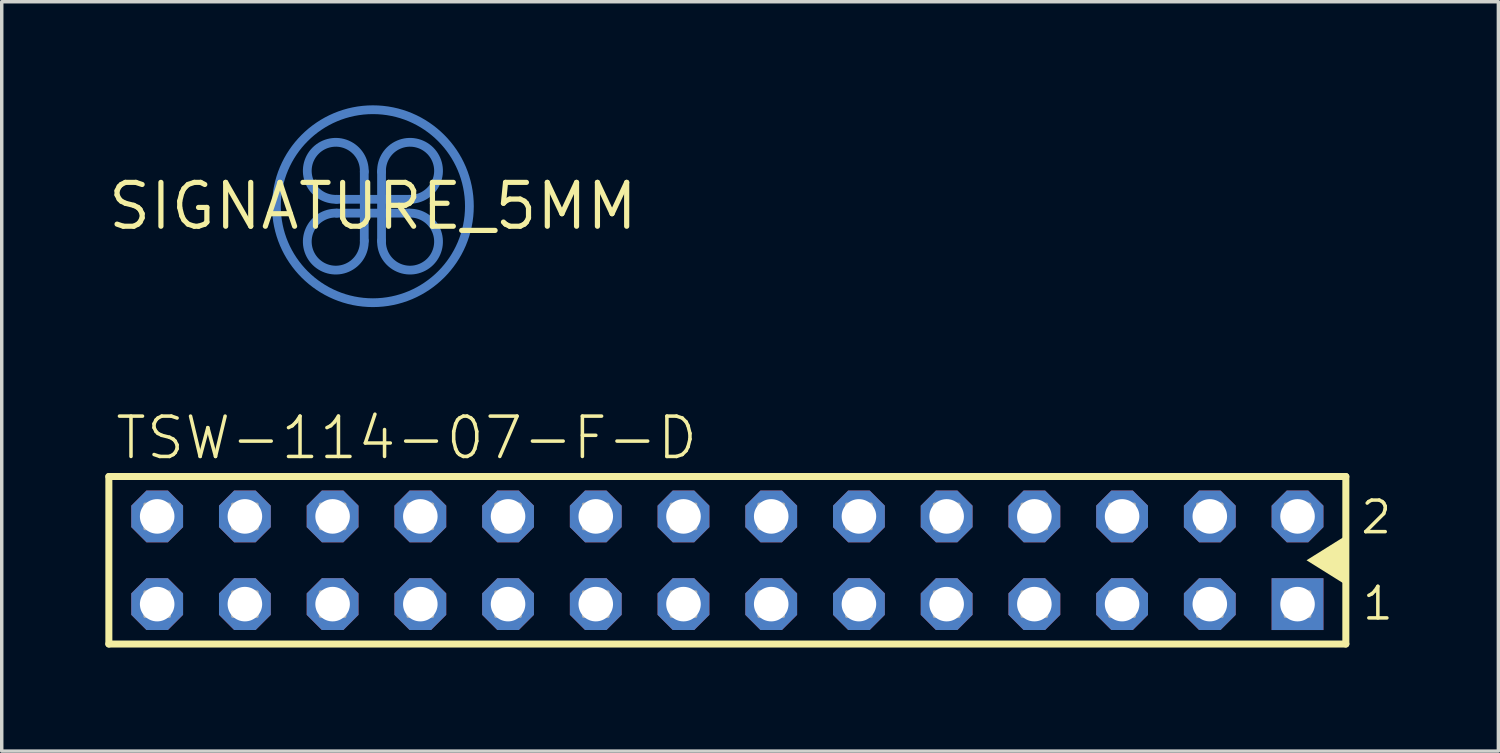
<source format=kicad_pcb>
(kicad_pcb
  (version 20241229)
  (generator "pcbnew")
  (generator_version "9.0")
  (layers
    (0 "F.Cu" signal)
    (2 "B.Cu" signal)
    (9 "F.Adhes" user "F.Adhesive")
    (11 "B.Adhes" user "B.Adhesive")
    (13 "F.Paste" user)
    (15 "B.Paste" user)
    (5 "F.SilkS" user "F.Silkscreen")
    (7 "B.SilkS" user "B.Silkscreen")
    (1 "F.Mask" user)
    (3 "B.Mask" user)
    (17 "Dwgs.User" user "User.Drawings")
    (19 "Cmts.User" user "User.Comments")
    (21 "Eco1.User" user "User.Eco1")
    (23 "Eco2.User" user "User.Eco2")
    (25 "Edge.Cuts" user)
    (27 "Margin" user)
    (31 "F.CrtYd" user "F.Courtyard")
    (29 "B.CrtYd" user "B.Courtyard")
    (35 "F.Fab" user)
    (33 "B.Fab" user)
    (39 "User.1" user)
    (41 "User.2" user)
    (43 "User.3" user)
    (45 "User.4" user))
  (footprint "SIGNATURE_5MM"
    (layer "F.Cu")
    (at 7.748 2.921)
    (property "Reference" "SIGNATURE_5MM" (at 0 0 0) (layer "F.SilkS") (effects (font (size 1.27 1.27) (thickness 0.15))))
    (fp_line (start -1.05 -0.2) (end 1.05 -0.2) (stroke (width 0.254) (type solid)) (layer "B.Cu"))
    (fp_line (start -1.05 0.2) (end 1.05 0.2) (stroke (width 0.254) (type solid)) (layer "B.Cu"))
    (fp_line (start -0.25 -1) (end -0.25 1) (stroke (width 0.254) (type solid)) (layer "B.Cu"))
    (fp_line (start 0.25 -1) (end 0.25 1) (stroke (width 0.254) (type solid)) (layer "B.Cu"))
    (fp_arc (start -1.05 -0.2) (mid -1.658623 -1.608625) (end -0.25 -0.999998) (stroke (width 0.254) (type solid)) (layer "B.Cu"))
    (fp_arc (start -0.25 1) (mid -1.658625 1.608623) (end -1.049998 0.2) (stroke (width 0.254) (type solid)) (layer "B.Cu"))
    (fp_arc (start 0.25 -1) (mid 1.658625 -1.608623) (end 1.049998 -0.2) (stroke (width 0.254) (type solid)) (layer "B.Cu"))
    (fp_arc (start 1.05 0.2) (mid 1.658623 1.608625) (end 0.25 0.999998) (stroke (width 0.254) (type solid)) (layer "B.Cu"))
    (fp_circle (center 0 0) (end 2.794 0) (stroke (width 0.254) (type solid)) (fill no) (layer "B.Cu")))
  (footprint "TSW-114-07-F-D"
    (layer "F.Cu")
    (at 1.501 14.443)
    (property "Reference" "TSW-114-07-F-D" (at -1.27 -4.128 0) (layer "F.SilkS") (effects (font (size 1.168 1.168) (thickness 0.102)) (justify left bottom)))
    (fp_line (start -1.399 -3.695) (end 34.419 -3.695) (stroke (width 0.203) (type solid)) (layer "F.SilkS"))
    (fp_line (start -1.399 1.155) (end -1.399 -3.695) (stroke (width 0.203) (type solid)) (layer "F.SilkS"))
    (fp_line (start 34.419 -3.695) (end 34.419 1.155) (stroke (width 0.203) (type solid)) (layer "F.SilkS"))
    (fp_line (start 34.419 1.155) (end -1.399 1.155) (stroke (width 0.203) (type solid)) (layer "F.SilkS"))
    (fp_poly (pts (xy 34.48 -0.52) (xy 33.281 -1.27) (xy 34.48 -2.02)) (stroke (width 0) (type solid)) (fill yes) (layer "F.SilkS"))
    (fp_poly (pts (xy -0.35 -2.19) (xy 0.35 -2.19) (xy 0.35 -2.89) (xy -0.35 -2.89)) (stroke (width 0.1) (type solid)) (fill no) (layer "F.Fab"))
    (fp_poly (pts (xy -0.35 0.35) (xy 0.35 0.35) (xy 0.35 -0.35) (xy -0.35 -0.35)) (stroke (width 0.1) (type solid)) (fill no) (layer "F.Fab"))
    (fp_poly (pts (xy 2.19 -2.19) (xy 2.89 -2.19) (xy 2.89 -2.89) (xy 2.19 -2.89)) (stroke (width 0.1) (type solid)) (fill no) (layer "F.Fab"))
    (fp_poly (pts (xy 2.19 0.35) (xy 2.89 0.35) (xy 2.89 -0.35) (xy 2.19 -0.35)) (stroke (width 0.1) (type solid)) (fill no) (layer "F.Fab"))
    (fp_poly (pts (xy 4.73 -2.19) (xy 5.43 -2.19) (xy 5.43 -2.89) (xy 4.73 -2.89)) (stroke (width 0.1) (type solid)) (fill no) (layer "F.Fab"))
    (fp_poly (pts (xy 4.73 0.35) (xy 5.43 0.35) (xy 5.43 -0.35) (xy 4.73 -0.35)) (stroke (width 0.1) (type solid)) (fill no) (layer "F.Fab"))
    (fp_poly (pts (xy 7.27 -2.19) (xy 7.97 -2.19) (xy 7.97 -2.89) (xy 7.27 -2.89)) (stroke (width 0.1) (type solid)) (fill no) (layer "F.Fab"))
    (fp_poly (pts (xy 7.27 0.35) (xy 7.97 0.35) (xy 7.97 -0.35) (xy 7.27 -0.35)) (stroke (width 0.1) (type solid)) (fill no) (layer "F.Fab"))
    (fp_poly (pts (xy 9.81 -2.19) (xy 10.51 -2.19) (xy 10.51 -2.89) (xy 9.81 -2.89)) (stroke (width 0.1) (type solid)) (fill no) (layer "F.Fab"))
    (fp_poly (pts (xy 9.81 0.35) (xy 10.51 0.35) (xy 10.51 -0.35) (xy 9.81 -0.35)) (stroke (width 0.1) (type solid)) (fill no) (layer "F.Fab"))
    (fp_poly (pts (xy 12.35 -2.19) (xy 13.05 -2.19) (xy 13.05 -2.89) (xy 12.35 -2.89)) (stroke (width 0.1) (type solid)) (fill no) (layer "F.Fab"))
    (fp_poly (pts (xy 12.35 0.35) (xy 13.05 0.35) (xy 13.05 -0.35) (xy 12.35 -0.35)) (stroke (width 0.1) (type solid)) (fill no) (layer "F.Fab"))
    (fp_poly (pts (xy 14.89 -2.19) (xy 15.59 -2.19) (xy 15.59 -2.89) (xy 14.89 -2.89)) (stroke (width 0.1) (type solid)) (fill no) (layer "F.Fab"))
    (fp_poly (pts (xy 14.89 0.35) (xy 15.59 0.35) (xy 15.59 -0.35) (xy 14.89 -0.35)) (stroke (width 0.1) (type solid)) (fill no) (layer "F.Fab"))
    (fp_poly (pts (xy 17.43 -2.19) (xy 18.13 -2.19) (xy 18.13 -2.89) (xy 17.43 -2.89)) (stroke (width 0.1) (type solid)) (fill no) (layer "F.Fab"))
    (fp_poly (pts (xy 17.43 0.35) (xy 18.13 0.35) (xy 18.13 -0.35) (xy 17.43 -0.35)) (stroke (width 0.1) (type solid)) (fill no) (layer "F.Fab"))
    (fp_poly (pts (xy 19.97 -2.19) (xy 20.67 -2.19) (xy 20.67 -2.89) (xy 19.97 -2.89)) (stroke (width 0.1) (type solid)) (fill no) (layer "F.Fab"))
    (fp_poly (pts (xy 19.97 0.35) (xy 20.67 0.35) (xy 20.67 -0.35) (xy 19.97 -0.35)) (stroke (width 0.1) (type solid)) (fill no) (layer "F.Fab"))
    (fp_poly (pts (xy 22.51 -2.19) (xy 23.21 -2.19) (xy 23.21 -2.89) (xy 22.51 -2.89)) (stroke (width 0.1) (type solid)) (fill no) (layer "F.Fab"))
    (fp_poly (pts (xy 22.51 0.35) (xy 23.21 0.35) (xy 23.21 -0.35) (xy 22.51 -0.35)) (stroke (width 0.1) (type solid)) (fill no) (layer "F.Fab"))
    (fp_poly (pts (xy 25.05 -2.19) (xy 25.75 -2.19) (xy 25.75 -2.89) (xy 25.05 -2.89)) (stroke (width 0.1) (type solid)) (fill no) (layer "F.Fab"))
    (fp_poly (pts (xy 25.05 0.35) (xy 25.75 0.35) (xy 25.75 -0.35) (xy 25.05 -0.35)) (stroke (width 0.1) (type solid)) (fill no) (layer "F.Fab"))
    (fp_poly (pts (xy 27.59 -2.19) (xy 28.29 -2.19) (xy 28.29 -2.89) (xy 27.59 -2.89)) (stroke (width 0.1) (type solid)) (fill no) (layer "F.Fab"))
    (fp_poly (pts (xy 27.59 0.35) (xy 28.29 0.35) (xy 28.29 -0.35) (xy 27.59 -0.35)) (stroke (width 0.1) (type solid)) (fill no) (layer "F.Fab"))
    (fp_poly (pts (xy 30.13 -2.19) (xy 30.83 -2.19) (xy 30.83 -2.89) (xy 30.13 -2.89)) (stroke (width 0.1) (type solid)) (fill no) (layer "F.Fab"))
    (fp_poly (pts (xy 30.13 0.35) (xy 30.83 0.35) (xy 30.83 -0.35) (xy 30.13 -0.35)) (stroke (width 0.1) (type solid)) (fill no) (layer "F.Fab"))
    (fp_poly (pts (xy 32.67 -2.19) (xy 33.37 -2.19) (xy 33.37 -2.89) (xy 32.67 -2.89)) (stroke (width 0.1) (type solid)) (fill no) (layer "F.Fab"))
    (fp_poly (pts (xy 32.67 0.35) (xy 33.37 0.35) (xy 33.37 -0.35) (xy 32.67 -0.35)) (stroke (width 0.1) (type solid)) (fill no) (layer "F.Fab"))
    (fp_text user "1" (at 34.844 0.516 0) (layer "F.SilkS") (effects (font (size 0.914 0.914) (thickness 0.102)) (justify left bottom)))
    (fp_text user "2" (at 34.796 -1.982 0) (layer "F.SilkS") (effects (font (size 0.914 0.914) (thickness 0.102)) (justify left bottom)))
    (pad "1" thru_hole rect (at 33.02 0 180) (size 1.5 1.5) (drill 1) (layers "*.Cu" "*.Mask"))
    (pad "2" thru_hole roundrect (at 33.02 -2.54 180) (size 1.5 1.5) (drill 1) (layers "*.Cu" "*.Mask") (roundrect_rratio 0.25) (chamfer_ratio 0.293) (chamfer top_left top_right bottom_left bottom_right))
    (pad "3" thru_hole roundrect (at 30.48 0 180) (size 1.5 1.5) (drill 1) (layers "*.Cu" "*.Mask") (roundrect_rratio 0.25) (chamfer_ratio 0.293) (chamfer top_left top_right bottom_left bottom_right))
    (pad "4" thru_hole roundrect (at 30.48 -2.54 180) (size 1.5 1.5) (drill 1) (layers "*.Cu" "*.Mask") (roundrect_rratio 0.25) (chamfer_ratio 0.293) (chamfer top_left top_right bottom_left bottom_right))
    (pad "5" thru_hole roundrect (at 27.94 0 180) (size 1.5 1.5) (drill 1) (layers "*.Cu" "*.Mask") (roundrect_rratio 0.25) (chamfer_ratio 0.293) (chamfer top_left top_right bottom_left bottom_right))
    (pad "6" thru_hole roundrect (at 27.94 -2.54 180) (size 1.5 1.5) (drill 1) (layers "*.Cu" "*.Mask") (roundrect_rratio 0.25) (chamfer_ratio 0.293) (chamfer top_left top_right bottom_left bottom_right))
    (pad "7" thru_hole roundrect (at 25.4 0 180) (size 1.5 1.5) (drill 1) (layers "*.Cu" "*.Mask") (roundrect_rratio 0.25) (chamfer_ratio 0.293) (chamfer top_left top_right bottom_left bottom_right))
    (pad "8" thru_hole roundrect (at 25.4 -2.54 180) (size 1.5 1.5) (drill 1) (layers "*.Cu" "*.Mask") (roundrect_rratio 0.25) (chamfer_ratio 0.293) (chamfer top_left top_right bottom_left bottom_right))
    (pad "9" thru_hole roundrect (at 22.86 0 180) (size 1.5 1.5) (drill 1) (layers "*.Cu" "*.Mask") (roundrect_rratio 0.25) (chamfer_ratio 0.293) (chamfer top_left top_right bottom_left bottom_right))
    (pad "10" thru_hole roundrect (at 22.86 -2.54 180) (size 1.5 1.5) (drill 1) (layers "*.Cu" "*.Mask") (roundrect_rratio 0.25) (chamfer_ratio 0.293) (chamfer top_left top_right bottom_left bottom_right))
    (pad "11" thru_hole roundrect (at 20.32 0 180) (size 1.5 1.5) (drill 1) (layers "*.Cu" "*.Mask") (roundrect_rratio 0.25) (chamfer_ratio 0.293) (chamfer top_left top_right bottom_left bottom_right))
    (pad "12" thru_hole roundrect (at 20.32 -2.54 180) (size 1.5 1.5) (drill 1) (layers "*.Cu" "*.Mask") (roundrect_rratio 0.25) (chamfer_ratio 0.293) (chamfer top_left top_right bottom_left bottom_right))
    (pad "13" thru_hole roundrect (at 17.78 0 180) (size 1.5 1.5) (drill 1) (layers "*.Cu" "*.Mask") (roundrect_rratio 0.25) (chamfer_ratio 0.293) (chamfer top_left top_right bottom_left bottom_right))
    (pad "14" thru_hole roundrect (at 17.78 -2.54 180) (size 1.5 1.5) (drill 1) (layers "*.Cu" "*.Mask") (roundrect_rratio 0.25) (chamfer_ratio 0.293) (chamfer top_left top_right bottom_left bottom_right))
    (pad "15" thru_hole roundrect (at 15.24 0 180) (size 1.5 1.5) (drill 1) (layers "*.Cu" "*.Mask") (roundrect_rratio 0.25) (chamfer_ratio 0.293) (chamfer top_left top_right bottom_left bottom_right))
    (pad "16" thru_hole roundrect (at 15.24 -2.54 180) (size 1.5 1.5) (drill 1) (layers "*.Cu" "*.Mask") (roundrect_rratio 0.25) (chamfer_ratio 0.293) (chamfer top_left top_right bottom_left bottom_right))
    (pad "17" thru_hole roundrect (at 12.7 0 180) (size 1.5 1.5) (drill 1) (layers "*.Cu" "*.Mask") (roundrect_rratio 0.25) (chamfer_ratio 0.293) (chamfer top_left top_right bottom_left bottom_right))
    (pad "18" thru_hole roundrect (at 12.7 -2.54 180) (size 1.5 1.5) (drill 1) (layers "*.Cu" "*.Mask") (roundrect_rratio 0.25) (chamfer_ratio 0.293) (chamfer top_left top_right bottom_left bottom_right))
    (pad "19" thru_hole roundrect (at 10.16 0 180) (size 1.5 1.5) (drill 1) (layers "*.Cu" "*.Mask") (roundrect_rratio 0.25) (chamfer_ratio 0.293) (chamfer top_left top_right bottom_left bottom_right))
    (pad "20" thru_hole roundrect (at 10.16 -2.54 180) (size 1.5 1.5) (drill 1) (layers "*.Cu" "*.Mask") (roundrect_rratio 0.25) (chamfer_ratio 0.293) (chamfer top_left top_right bottom_left bottom_right))
    (pad "21" thru_hole roundrect (at 7.62 0 180) (size 1.5 1.5) (drill 1) (layers "*.Cu" "*.Mask") (roundrect_rratio 0.25) (chamfer_ratio 0.293) (chamfer top_left top_right bottom_left bottom_right))
    (pad "22" thru_hole roundrect (at 7.62 -2.54 180) (size 1.5 1.5) (drill 1) (layers "*.Cu" "*.Mask") (roundrect_rratio 0.25) (chamfer_ratio 0.293) (chamfer top_left top_right bottom_left bottom_right))
    (pad "23" thru_hole roundrect (at 5.08 0 180) (size 1.5 1.5) (drill 1) (layers "*.Cu" "*.Mask") (roundrect_rratio 0.25) (chamfer_ratio 0.293) (chamfer top_left top_right bottom_left bottom_right))
    (pad "24" thru_hole roundrect (at 5.08 -2.54 180) (size 1.5 1.5) (drill 1) (layers "*.Cu" "*.Mask") (roundrect_rratio 0.25) (chamfer_ratio 0.293) (chamfer top_left top_right bottom_left bottom_right))
    (pad "25" thru_hole roundrect (at 2.54 0 180) (size 1.5 1.5) (drill 1) (layers "*.Cu" "*.Mask") (roundrect_rratio 0.25) (chamfer_ratio 0.293) (chamfer top_left top_right bottom_left bottom_right))
    (pad "26" thru_hole roundrect (at 2.54 -2.54 180) (size 1.5 1.5) (drill 1) (layers "*.Cu" "*.Mask") (roundrect_rratio 0.25) (chamfer_ratio 0.293) (chamfer top_left top_right bottom_left bottom_right))
    (pad "27" thru_hole roundrect (at 0 0 180) (size 1.5 1.5) (drill 1) (layers "*.Cu" "*.Mask") (roundrect_rratio 0.25) (chamfer_ratio 0.293) (chamfer top_left top_right bottom_left bottom_right))
    (pad "28" thru_hole roundrect (at 0 -2.54 180) (size 1.5 1.5) (drill 1) (layers "*.Cu" "*.Mask") (roundrect_rratio 0.25) (chamfer_ratio 0.293) (chamfer top_left top_right bottom_left bottom_right)))
  (gr_rect
    (start -3 -3)
    (end 40.337 18.699)
    (stroke (width 0.1) (type default))
    (fill no)
    (layer "Edge.Cuts")))
</source>
